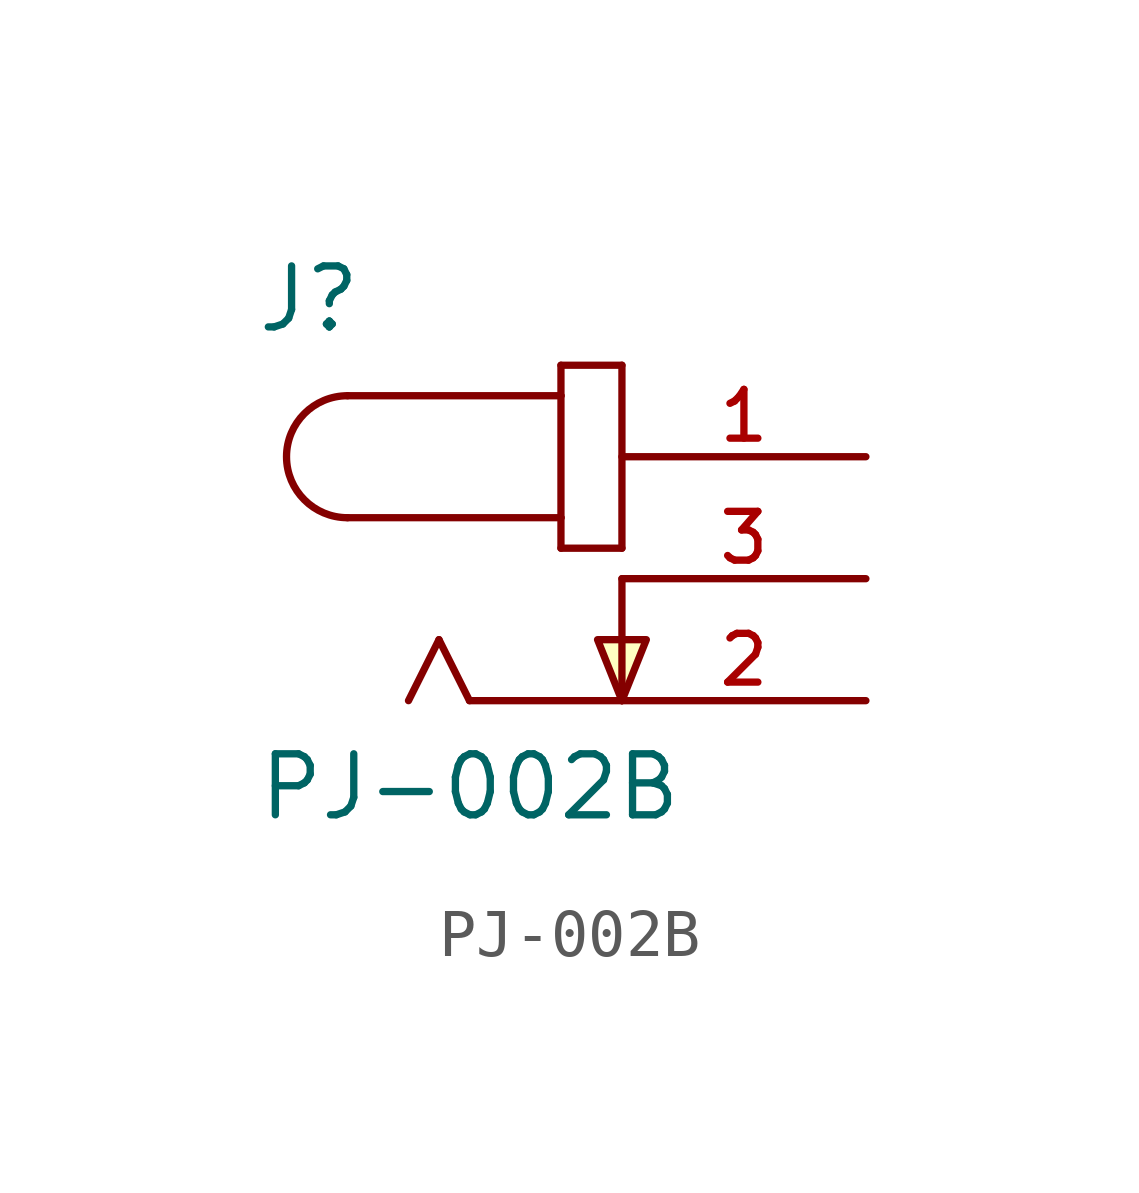
<source format=kicad_sym>
(kicad_symbol_lib
  (version 20241209)
  (generator "kicad_symbol_editor")
  (generator_version "9.0")
  (symbol "PJ-002B"
    (pin_names
      (offset 1.016)
      (hide yes))
    (property "Reference" "J"
      (at -7.645 5.08 0)
      (effects (font (size 1.27 1.27)) (justify left bottom)))
    (property "Value" "PJ-002B"
      (at -7.62 -5.08 0)
      (effects (font (size 1.27 1.27)) (justify left bottom)))
    (property "ki_locked" ""
      (at 0 0 0)
      (effects (font (size 1.27 1.27))))
    (symbol "PJ-002B_0_0"
      (polyline (pts (xy -5.715 3.81) (xy -1.27 3.81)) (stroke (width 0.152) (type solid)) (fill (type none)))
      (arc (start -5.715 1.27) (mid -6.985 2.54) (end -5.715 3.81) (stroke (width 0.1524) (type solid)) (fill (type none)))
      (polyline (pts (xy -3.81 -1.27) (xy -4.445 -2.54)) (stroke (width 0.152) (type solid)) (fill (type none)))
      (polyline (pts (xy -3.175 -2.54) (xy -3.81 -1.27)) (stroke (width 0.152) (type solid)) (fill (type none)))
      (polyline (pts (xy -1.27 4.445) (xy -1.27 3.81)) (stroke (width 0.152) (type solid)) (fill (type none)))
      (polyline (pts (xy -1.27 3.81) (xy -1.27 1.27)) (stroke (width 0.152) (type solid)) (fill (type none)))
      (polyline (pts (xy -1.27 1.27) (xy -5.715 1.27)) (stroke (width 0.152) (type solid)) (fill (type none)))
      (polyline (pts (xy -1.27 1.27) (xy -1.27 0.635)) (stroke (width 0.152) (type solid)) (fill (type none)))
      (polyline (pts (xy -1.27 0.635) (xy 0 0.635)) (stroke (width 0.152) (type solid)) (fill (type none)))
      (polyline (pts (xy 0 4.445) (xy -1.27 4.445)) (stroke (width 0.152) (type solid)) (fill (type none)))
      (polyline (pts (xy 0 0.635) (xy 0 4.445)) (stroke (width 0.152) (type solid)) (fill (type none)))
      (polyline (pts (xy 0 0) (xy 0 -2.54)) (stroke (width 0.152) (type solid)) (fill (type none)))
      (polyline (pts (xy 0 -2.54) (xy -3.175 -2.54)) (stroke (width 0.152) (type solid)) (fill (type none)))
      (polyline (pts (xy 0 -2.54) (xy -0.508 -1.27) (xy 0.508 -1.27) (xy 0 -2.54)) (stroke (width 0.152) (type solid)) (fill (type background)))
      (pin passive line (at 5.08 2.54 180) (length 5.08) (name "~" (effects (font (size 1.016 1.016)))) (number "1" (effects (font (size 1.016 1.016)))))
      (pin passive line (at 5.08 0 180) (length 5.08) (name "~" (effects (font (size 1.016 1.016)))) (number "3" (effects (font (size 1.016 1.016)))))
      (pin passive line (at 5.08 -2.54 180) (length 5.08) (name "~" (effects (font (size 1.016 1.016)))) (number "2" (effects (font (size 1.016 1.016))))))))
</source>
